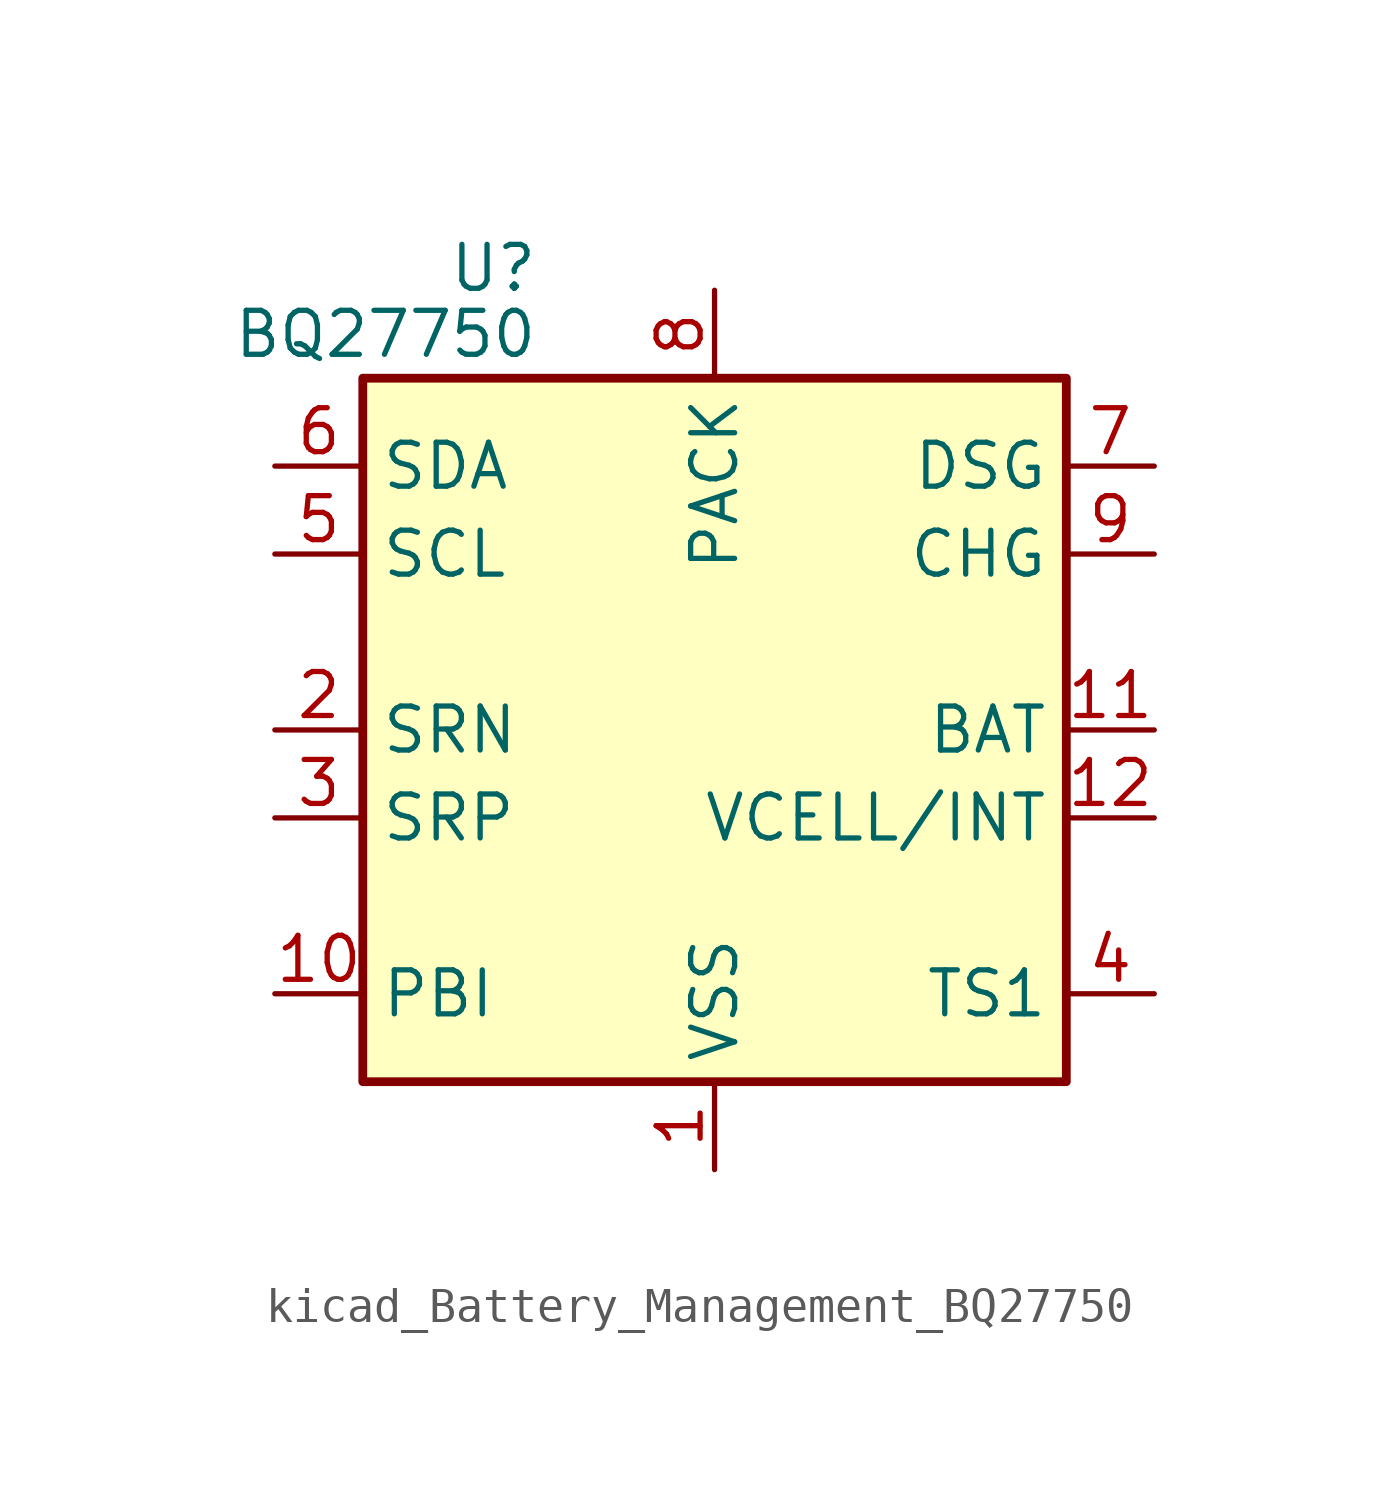
<source format=kicad_sym>
(kicad_symbol_lib
  (version 20220914)
  (generator kicad_symbol_editor)
  (symbol "kicad_Battery_Management_BQ27750"
    (property "Reference" "U"
      (at -5.08 13.335 0)
      (effects (font (size 1.27 1.27)) (justify right)))
    (property "Value" "BQ27750"
      (at -5.08 11.43 0)
      (effects (font (size 1.27 1.27)) (justify right)))
    (symbol "kicad_Battery_Management_BQ27750_0_1"
      (rectangle (start -10.16 10.16) (end 10.16 -10.16) (stroke (width 0.254) (type default)) (fill (type background))))
    (symbol "kicad_Battery_Management_BQ27750_1_1"
      (pin power_in line (at 0 -12.7 90) (length 2.54) (name "VSS" (effects (font (size 1.27 1.27)))) (number "1" (effects (font (size 1.27 1.27)))))
      (pin passive line (at -12.7 -7.62 0) (length 2.54) (name "PBI" (effects (font (size 1.27 1.27)))) (number "10" (effects (font (size 1.27 1.27)))))
      (pin input line (at 12.7 0 180) (length 2.54) (name "BAT" (effects (font (size 1.27 1.27)))) (number "11" (effects (font (size 1.27 1.27)))))
      (pin bidirectional line (at 12.7 -2.54 180) (length 2.54) (name "VCELL/INT" (effects (font (size 1.27 1.27)))) (number "12" (effects (font (size 1.27 1.27)))))
      (pin passive line (at 0 -12.7 90) (length 2.54) hide (name "VSS" (effects (font (size 1.27 1.27)))) (number "13" (effects (font (size 1.27 1.27)))))
      (pin input line (at -12.7 0 0) (length 2.54) (name "SRN" (effects (font (size 1.27 1.27)))) (number "2" (effects (font (size 1.27 1.27)))))
      (pin input line (at -12.7 -2.54 0) (length 2.54) (name "SRP" (effects (font (size 1.27 1.27)))) (number "3" (effects (font (size 1.27 1.27)))))
      (pin input line (at 12.7 -7.62 180) (length 2.54) (name "TS1" (effects (font (size 1.27 1.27)))) (number "4" (effects (font (size 1.27 1.27)))))
      (pin input line (at -12.7 5.08 0) (length 2.54) (name "SCL" (effects (font (size 1.27 1.27)))) (number "5" (effects (font (size 1.27 1.27)))))
      (pin bidirectional line (at -12.7 7.62 0) (length 2.54) (name "SDA" (effects (font (size 1.27 1.27)))) (number "6" (effects (font (size 1.27 1.27)))))
      (pin output line (at 12.7 7.62 180) (length 2.54) (name "DSG" (effects (font (size 1.27 1.27)))) (number "7" (effects (font (size 1.27 1.27)))))
      (pin input line (at 0 12.7 270) (length 2.54) (name "PACK" (effects (font (size 1.27 1.27)))) (number "8" (effects (font (size 1.27 1.27)))))
      (pin output line (at 12.7 5.08 180) (length 2.54) (name "CHG" (effects (font (size 1.27 1.27)))) (number "9" (effects (font (size 1.27 1.27))))))))
</source>
